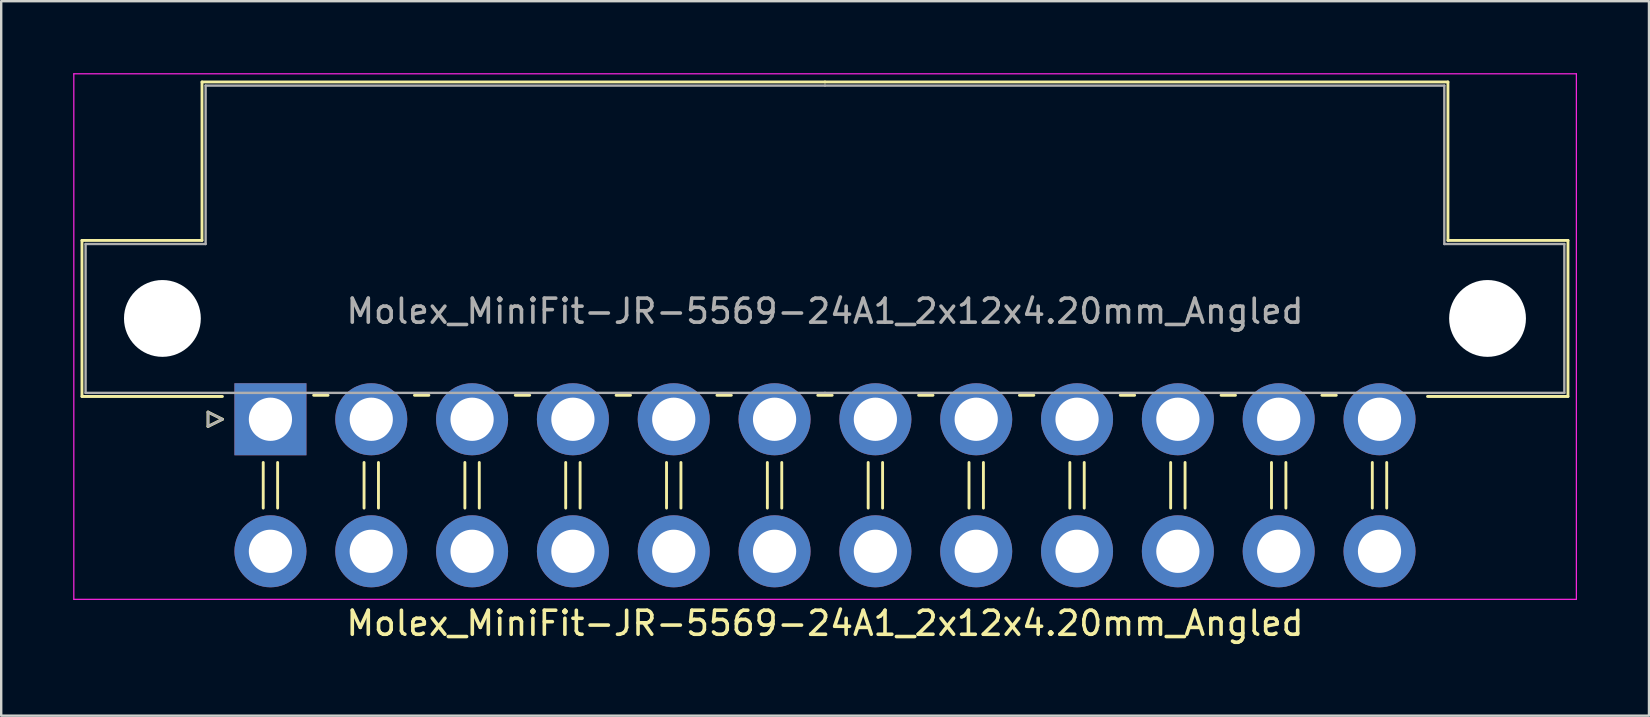
<source format=kicad_pcb>
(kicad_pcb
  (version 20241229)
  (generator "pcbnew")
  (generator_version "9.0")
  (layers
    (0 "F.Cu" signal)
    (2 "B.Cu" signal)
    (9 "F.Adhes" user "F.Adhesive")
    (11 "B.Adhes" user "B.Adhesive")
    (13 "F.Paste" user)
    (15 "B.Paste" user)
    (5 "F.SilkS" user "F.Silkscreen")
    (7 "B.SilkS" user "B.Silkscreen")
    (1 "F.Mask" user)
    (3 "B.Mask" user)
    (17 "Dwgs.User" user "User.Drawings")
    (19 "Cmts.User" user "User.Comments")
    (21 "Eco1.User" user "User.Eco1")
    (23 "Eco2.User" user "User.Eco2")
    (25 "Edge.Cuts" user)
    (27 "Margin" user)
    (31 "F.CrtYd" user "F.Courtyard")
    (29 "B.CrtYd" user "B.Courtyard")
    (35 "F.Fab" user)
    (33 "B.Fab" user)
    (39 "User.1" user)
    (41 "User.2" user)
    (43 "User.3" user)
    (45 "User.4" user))
  (footprint "Molex_MiniFit-JR-5569-24A1_2x12x4.20mm_Angled"
    (layer "F.Cu")
    (at 8.215 14.415)
    (property "Reference" "Molex_MiniFit-JR-5569-24A1_2x12x4.20mm_Angled" (at 23.1 8.5 0) (layer "F.SilkS") (effects (font (size 1 1) (thickness 0.15))))
    (attr through_hole)
    (fp_line (start -7.85 -7.45) (end -7.85 -0.95) (stroke (width 0.12) (type solid)) (layer "F.SilkS"))
    (fp_line (start -7.85 -0.95) (end -2 -0.95) (stroke (width 0.12) (type solid)) (layer "F.SilkS"))
    (fp_line (start -2.85 -14.05) (end -2.85 -7.45) (stroke (width 0.12) (type solid)) (layer "F.SilkS"))
    (fp_line (start -2.85 -7.45) (end -7.85 -7.45) (stroke (width 0.12) (type solid)) (layer "F.SilkS"))
    (fp_line (start -2.6 -0.3) (end -2 0) (stroke (width 0.12) (type solid)) (layer "F.SilkS"))
    (fp_line (start -2.6 0.3) (end -2.6 -0.3) (stroke (width 0.12) (type solid)) (layer "F.SilkS"))
    (fp_line (start -2 0) (end -2.6 0.3) (stroke (width 0.12) (type solid)) (layer "F.SilkS"))
    (fp_line (start -0.3 1.8) (end -0.3 3.7) (stroke (width 0.12) (type solid)) (layer "F.SilkS"))
    (fp_line (start 0.3 1.8) (end 0.3 3.7) (stroke (width 0.12) (type solid)) (layer "F.SilkS"))
    (fp_line (start 1.8 -1) (end 2.4 -1) (stroke (width 0.12) (type solid)) (layer "F.SilkS"))
    (fp_line (start 3.9 1.8) (end 3.9 3.7) (stroke (width 0.12) (type solid)) (layer "F.SilkS"))
    (fp_line (start 4.5 1.8) (end 4.5 3.7) (stroke (width 0.12) (type solid)) (layer "F.SilkS"))
    (fp_line (start 6 -1) (end 6.6 -1) (stroke (width 0.12) (type solid)) (layer "F.SilkS"))
    (fp_line (start 8.1 1.8) (end 8.1 3.7) (stroke (width 0.12) (type solid)) (layer "F.SilkS"))
    (fp_line (start 8.7 1.8) (end 8.7 3.7) (stroke (width 0.12) (type solid)) (layer "F.SilkS"))
    (fp_line (start 10.2 -1) (end 10.8 -1) (stroke (width 0.12) (type solid)) (layer "F.SilkS"))
    (fp_line (start 12.3 1.8) (end 12.3 3.7) (stroke (width 0.12) (type solid)) (layer "F.SilkS"))
    (fp_line (start 12.9 1.8) (end 12.9 3.7) (stroke (width 0.12) (type solid)) (layer "F.SilkS"))
    (fp_line (start 14.4 -1) (end 15 -1) (stroke (width 0.12) (type solid)) (layer "F.SilkS"))
    (fp_line (start 16.5 1.8) (end 16.5 3.7) (stroke (width 0.12) (type solid)) (layer "F.SilkS"))
    (fp_line (start 17.1 1.8) (end 17.1 3.7) (stroke (width 0.12) (type solid)) (layer "F.SilkS"))
    (fp_line (start 18.6 -1) (end 19.2 -1) (stroke (width 0.12) (type solid)) (layer "F.SilkS"))
    (fp_line (start 20.7 1.8) (end 20.7 3.7) (stroke (width 0.12) (type solid)) (layer "F.SilkS"))
    (fp_line (start 21.3 1.8) (end 21.3 3.7) (stroke (width 0.12) (type solid)) (layer "F.SilkS"))
    (fp_line (start 22.8 -1) (end 23.4 -1) (stroke (width 0.12) (type solid)) (layer "F.SilkS"))
    (fp_line (start 23.1 -14.05) (end -2.85 -14.05) (stroke (width 0.12) (type solid)) (layer "F.SilkS"))
    (fp_line (start 23.1 -14.05) (end 49.05 -14.05) (stroke (width 0.12) (type solid)) (layer "F.SilkS"))
    (fp_line (start 24.9 1.8) (end 24.9 3.7) (stroke (width 0.12) (type solid)) (layer "F.SilkS"))
    (fp_line (start 25.5 1.8) (end 25.5 3.7) (stroke (width 0.12) (type solid)) (layer "F.SilkS"))
    (fp_line (start 27 -1) (end 27.6 -1) (stroke (width 0.12) (type solid)) (layer "F.SilkS"))
    (fp_line (start 29.1 1.8) (end 29.1 3.7) (stroke (width 0.12) (type solid)) (layer "F.SilkS"))
    (fp_line (start 29.7 1.8) (end 29.7 3.7) (stroke (width 0.12) (type solid)) (layer "F.SilkS"))
    (fp_line (start 31.2 -1) (end 31.8 -1) (stroke (width 0.12) (type solid)) (layer "F.SilkS"))
    (fp_line (start 33.3 1.8) (end 33.3 3.7) (stroke (width 0.12) (type solid)) (layer "F.SilkS"))
    (fp_line (start 33.9 1.8) (end 33.9 3.7) (stroke (width 0.12) (type solid)) (layer "F.SilkS"))
    (fp_line (start 35.4 -1) (end 36 -1) (stroke (width 0.12) (type solid)) (layer "F.SilkS"))
    (fp_line (start 37.5 1.8) (end 37.5 3.7) (stroke (width 0.12) (type solid)) (layer "F.SilkS"))
    (fp_line (start 38.1 1.8) (end 38.1 3.7) (stroke (width 0.12) (type solid)) (layer "F.SilkS"))
    (fp_line (start 39.6 -1) (end 40.2 -1) (stroke (width 0.12) (type solid)) (layer "F.SilkS"))
    (fp_line (start 41.7 1.8) (end 41.7 3.7) (stroke (width 0.12) (type solid)) (layer "F.SilkS"))
    (fp_line (start 42.3 1.8) (end 42.3 3.7) (stroke (width 0.12) (type solid)) (layer "F.SilkS"))
    (fp_line (start 43.8 -1) (end 44.4 -1) (stroke (width 0.12) (type solid)) (layer "F.SilkS"))
    (fp_line (start 45.9 1.8) (end 45.9 3.7) (stroke (width 0.12) (type solid)) (layer "F.SilkS"))
    (fp_line (start 46.5 1.8) (end 46.5 3.7) (stroke (width 0.12) (type solid)) (layer "F.SilkS"))
    (fp_line (start 49.05 -14.05) (end 49.05 -7.45) (stroke (width 0.12) (type solid)) (layer "F.SilkS"))
    (fp_line (start 49.05 -7.45) (end 54.05 -7.45) (stroke (width 0.12) (type solid)) (layer "F.SilkS"))
    (fp_line (start 54.05 -7.45) (end 54.05 -0.95) (stroke (width 0.12) (type solid)) (layer "F.SilkS"))
    (fp_line (start 54.05 -0.95) (end 48.2 -0.95) (stroke (width 0.12) (type solid)) (layer "F.SilkS"))
    (fp_line (start -8.19 -14.39) (end -8.19 7.5) (stroke (width 0.05) (type solid)) (layer "F.CrtYd"))
    (fp_line (start -8.19 7.5) (end 54.4 7.5) (stroke (width 0.05) (type solid)) (layer "F.CrtYd"))
    (fp_line (start 54.4 -14.39) (end -8.19 -14.39) (stroke (width 0.05) (type solid)) (layer "F.CrtYd"))
    (fp_line (start 54.4 7.5) (end 54.4 -14.39) (stroke (width 0.05) (type solid)) (layer "F.CrtYd"))
    (fp_line (start -7.7 -7.3) (end -7.7 -1.1) (stroke (width 0.1) (type solid)) (layer "F.Fab"))
    (fp_line (start -7.7 -1.1) (end 23.1 -1.1) (stroke (width 0.1) (type solid)) (layer "F.Fab"))
    (fp_line (start -2.7 -13.9) (end -2.7 -7.3) (stroke (width 0.1) (type solid)) (layer "F.Fab"))
    (fp_line (start -2.7 -7.3) (end -7.7 -7.3) (stroke (width 0.1) (type solid)) (layer "F.Fab"))
    (fp_line (start -2.6 -0.3) (end -2 0) (stroke (width 0.1) (type solid)) (layer "F.Fab"))
    (fp_line (start -2.6 0.3) (end -2.6 -0.3) (stroke (width 0.1) (type solid)) (layer "F.Fab"))
    (fp_line (start -2 0) (end -2.6 0.3) (stroke (width 0.1) (type solid)) (layer "F.Fab"))
    (fp_line (start 23.1 -13.9) (end -2.7 -13.9) (stroke (width 0.1) (type solid)) (layer "F.Fab"))
    (fp_line (start 23.1 -13.9) (end 48.9 -13.9) (stroke (width 0.1) (type solid)) (layer "F.Fab"))
    (fp_line (start 48.9 -13.9) (end 48.9 -7.3) (stroke (width 0.1) (type solid)) (layer "F.Fab"))
    (fp_line (start 48.9 -7.3) (end 53.9 -7.3) (stroke (width 0.1) (type solid)) (layer "F.Fab"))
    (fp_line (start 53.9 -7.3) (end 53.9 -1.1) (stroke (width 0.1) (type solid)) (layer "F.Fab"))
    (fp_line (start 53.9 -1.1) (end 23.1 -1.1) (stroke (width 0.1) (type solid)) (layer "F.Fab"))
    (fp_text user "${REFERENCE}" (at 23.1 -4.5 0) (layer "F.Fab") (effects (font (size 1 1) (thickness 0.15))))
    (pad "" np_thru_hole circle (at -4.5 -4.2) (size 3.2 3.2) (drill 3.2) (layers "*.Cu" "*.Mask"))
    (pad "" np_thru_hole circle (at 50.7 -4.2) (size 3.2 3.2) (drill 3.2) (layers "*.Cu" "*.Mask"))
    (pad "1" thru_hole rect (at 0 0) (size 3 3) (drill 1.8) (layers "*.Cu" "*.Mask"))
    (pad "2" thru_hole circle (at 4.2 0) (size 3 3) (drill 1.8) (layers "*.Cu" "*.Mask"))
    (pad "3" thru_hole circle (at 8.4 0) (size 3 3) (drill 1.8) (layers "*.Cu" "*.Mask"))
    (pad "4" thru_hole circle (at 12.6 0) (size 3 3) (drill 1.8) (layers "*.Cu" "*.Mask"))
    (pad "5" thru_hole circle (at 16.8 0) (size 3 3) (drill 1.8) (layers "*.Cu" "*.Mask"))
    (pad "6" thru_hole circle (at 21 0) (size 3 3) (drill 1.8) (layers "*.Cu" "*.Mask"))
    (pad "7" thru_hole circle (at 25.2 0) (size 3 3) (drill 1.8) (layers "*.Cu" "*.Mask"))
    (pad "8" thru_hole circle (at 29.4 0) (size 3 3) (drill 1.8) (layers "*.Cu" "*.Mask"))
    (pad "9" thru_hole circle (at 33.6 0) (size 3 3) (drill 1.8) (layers "*.Cu" "*.Mask"))
    (pad "10" thru_hole circle (at 37.8 0) (size 3 3) (drill 1.8) (layers "*.Cu" "*.Mask"))
    (pad "11" thru_hole circle (at 42 0) (size 3 3) (drill 1.8) (layers "*.Cu" "*.Mask"))
    (pad "12" thru_hole circle (at 46.2 0) (size 3 3) (drill 1.8) (layers "*.Cu" "*.Mask"))
    (pad "13" thru_hole circle (at 0 5.5) (size 3 3) (drill 1.8) (layers "*.Cu" "*.Mask"))
    (pad "14" thru_hole circle (at 4.2 5.5) (size 3 3) (drill 1.8) (layers "*.Cu" "*.Mask"))
    (pad "15" thru_hole circle (at 8.4 5.5) (size 3 3) (drill 1.8) (layers "*.Cu" "*.Mask"))
    (pad "16" thru_hole circle (at 12.6 5.5) (size 3 3) (drill 1.8) (layers "*.Cu" "*.Mask"))
    (pad "17" thru_hole circle (at 16.8 5.5) (size 3 3) (drill 1.8) (layers "*.Cu" "*.Mask"))
    (pad "18" thru_hole circle (at 21 5.5) (size 3 3) (drill 1.8) (layers "*.Cu" "*.Mask"))
    (pad "19" thru_hole circle (at 25.2 5.5) (size 3 3) (drill 1.8) (layers "*.Cu" "*.Mask"))
    (pad "20" thru_hole circle (at 29.4 5.5) (size 3 3) (drill 1.8) (layers "*.Cu" "*.Mask"))
    (pad "21" thru_hole circle (at 33.6 5.5) (size 3 3) (drill 1.8) (layers "*.Cu" "*.Mask"))
    (pad "22" thru_hole circle (at 37.8 5.5) (size 3 3) (drill 1.8) (layers "*.Cu" "*.Mask"))
    (pad "23" thru_hole circle (at 42 5.5) (size 3 3) (drill 1.8) (layers "*.Cu" "*.Mask"))
    (pad "24" thru_hole circle (at 46.2 5.5) (size 3 3) (drill 1.8) (layers "*.Cu" "*.Mask")))
  (gr_rect
    (start -3 -3)
    (end 65.64 26.763)
    (stroke (width 0.1) (type default))
    (fill no)
    (layer "Edge.Cuts")))
</source>
